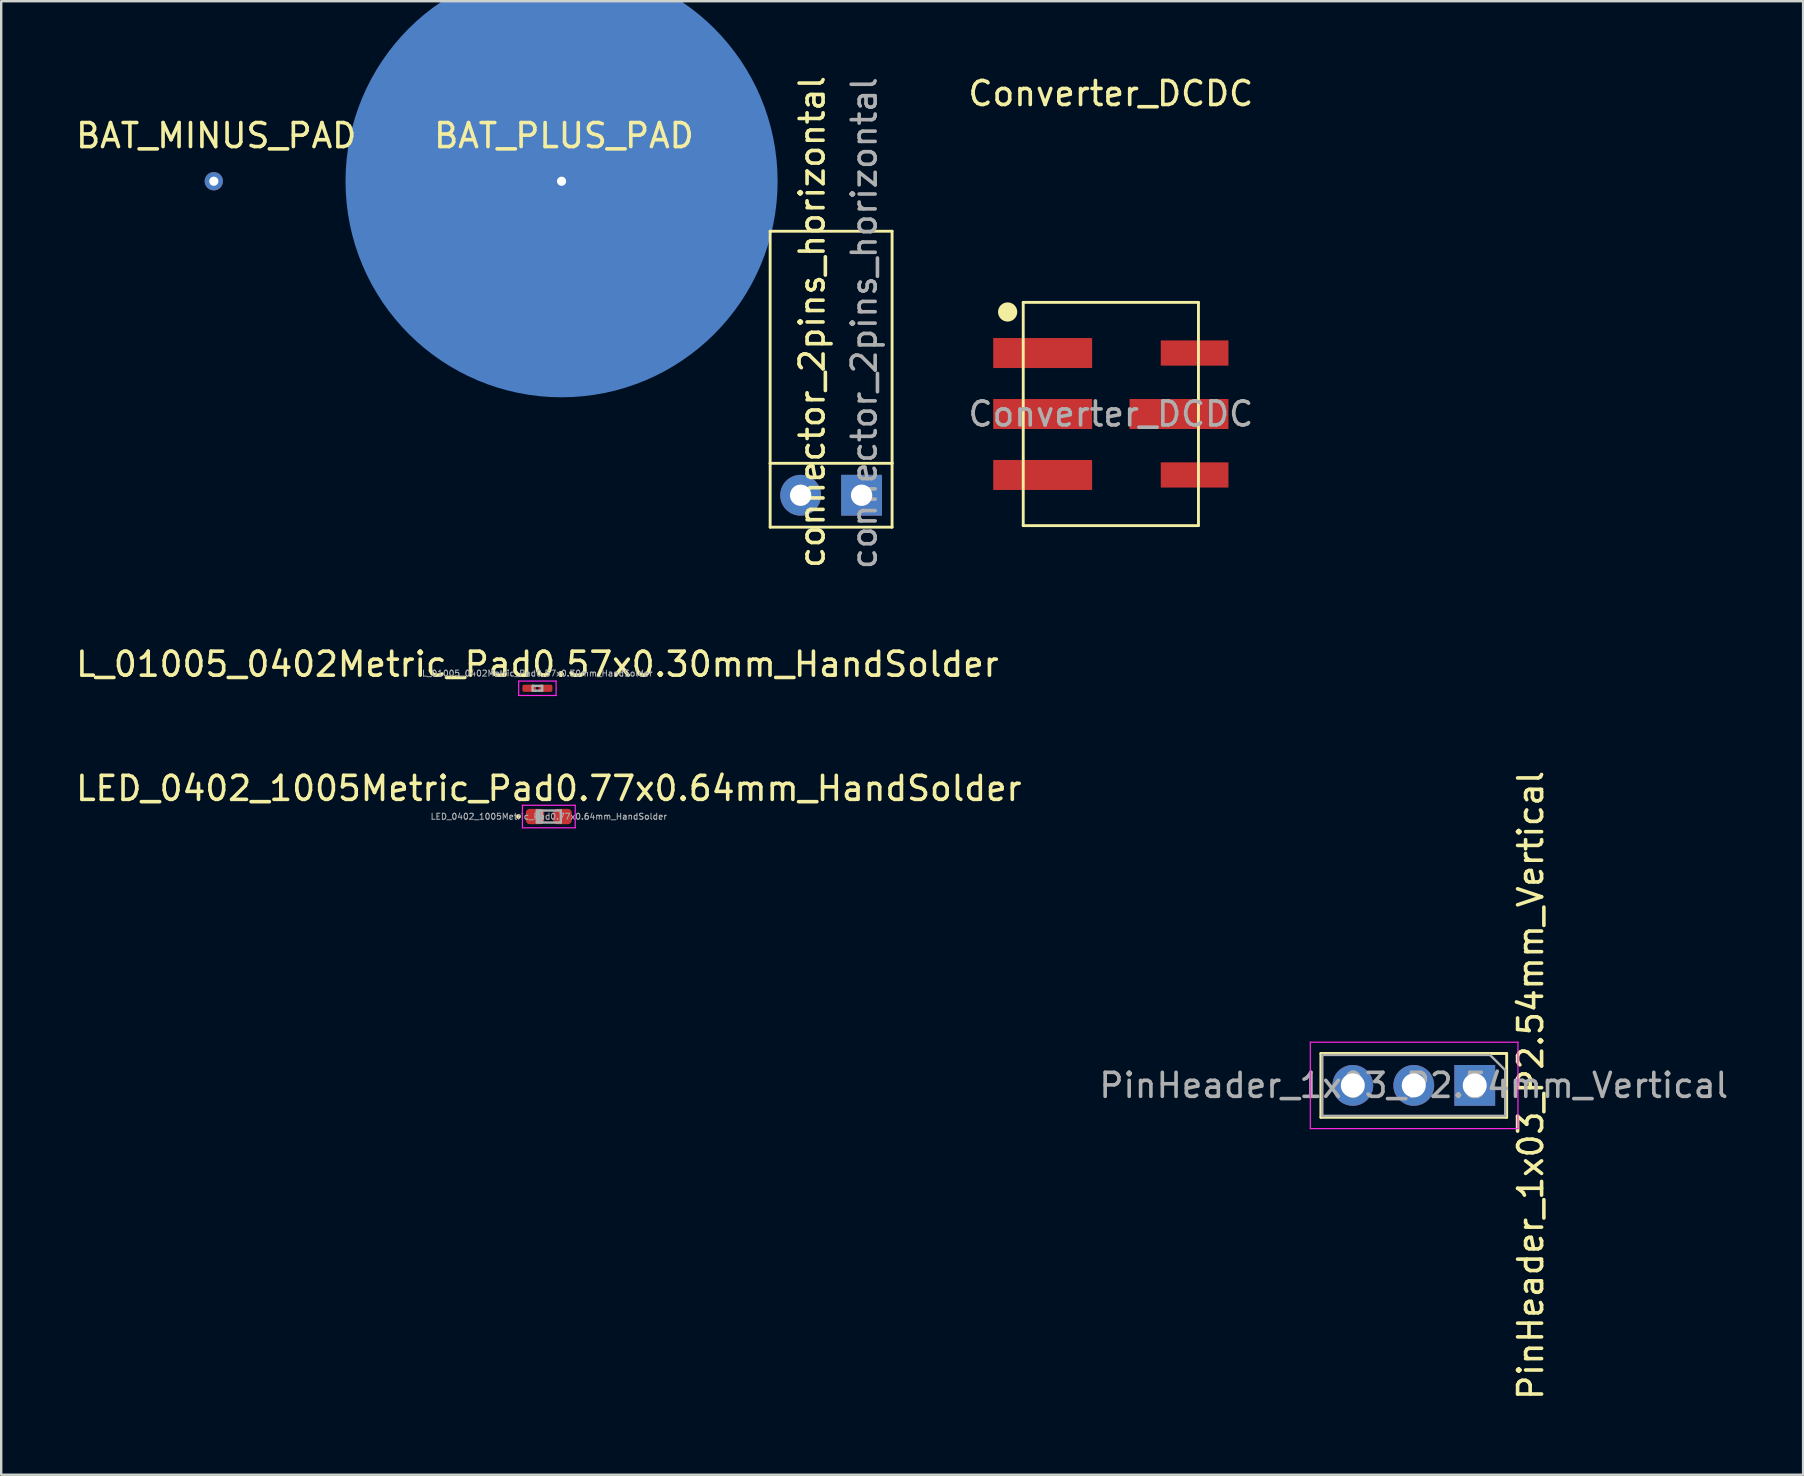
<source format=kicad_pcb>
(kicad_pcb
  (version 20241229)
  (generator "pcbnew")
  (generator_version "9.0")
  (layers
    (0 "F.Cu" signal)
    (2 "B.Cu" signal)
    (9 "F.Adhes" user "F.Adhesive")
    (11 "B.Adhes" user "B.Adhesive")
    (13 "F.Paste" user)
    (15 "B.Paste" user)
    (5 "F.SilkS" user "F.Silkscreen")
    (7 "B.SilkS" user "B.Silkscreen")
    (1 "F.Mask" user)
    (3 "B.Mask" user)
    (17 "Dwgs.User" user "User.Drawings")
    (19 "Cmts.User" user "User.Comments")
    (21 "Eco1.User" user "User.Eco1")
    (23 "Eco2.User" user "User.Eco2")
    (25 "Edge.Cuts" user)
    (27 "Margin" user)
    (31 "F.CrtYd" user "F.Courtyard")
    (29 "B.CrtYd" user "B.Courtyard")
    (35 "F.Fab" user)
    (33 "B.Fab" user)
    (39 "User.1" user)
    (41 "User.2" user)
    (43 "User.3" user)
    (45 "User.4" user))
  (footprint "Converter_DCDC"
    (layer "F.Cu")
    (at 43.23 14.198)
    (property "Reference" "Converter_DCDC" (at 0 -13.35 0) (layer "F.SilkS") (effects (font (size 1 1) (thickness 0.15))))
    (attr smd)
    (fp_line (start -3.65 -4.65) (end -3.65 4.65) (stroke (width 0.12) (type solid)) (layer "F.SilkS"))
    (fp_line (start 3.65 -4.65) (end -3.65 -4.65) (stroke (width 0.12) (type solid)) (layer "F.SilkS"))
    (fp_line (start 3.65 -4.65) (end 3.65 4.65) (stroke (width 0.12) (type solid)) (layer "F.SilkS"))
    (fp_line (start 3.65 4.65) (end -3.65 4.65) (stroke (width 0.12) (type solid)) (layer "F.SilkS"))
    (fp_circle (center -4.3 -4.25) (end -4.1 -4.25) (stroke (width 0.4) (type solid)) (fill no) (layer "F.SilkS"))
    (fp_text user "${REFERENCE}" (at 0 0 0) (layer "F.Fab") (effects (font (size 1 1) (thickness 0.15))))
    (pad "1" smd rect (at -2.84 -2.54) (size 4.12 1.25) (layers "F.Cu" "F.Mask" "F.Paste"))
    (pad "2" smd rect (at -2.84 0) (size 4.12 1.25) (layers "F.Cu" "F.Mask" "F.Paste"))
    (pad "3" smd rect (at -2.84 2.54) (size 4.12 1.25) (layers "F.Cu" "F.Mask" "F.Paste"))
    (pad "4" smd rect (at 3.49 2.54) (size 2.82 1.05) (layers "F.Cu" "F.Mask" "F.Paste"))
    (pad "5" smd rect (at 2.84 0) (size 4.12 1.25) (layers "F.Cu" "F.Mask" "F.Paste"))
    (pad "6" smd rect (at 3.49 -2.54) (size 2.82 1.05) (layers "F.Cu" "F.Mask" "F.Paste")))
  (footprint "LED_0402_1005Metric_Pad0.77x0.64mm_HandSolder"
    (layer "F.Cu")
    (at 19.815 30.968)
    (property "Reference" "LED_0402_1005Metric_Pad0.77x0.64mm_HandSolder" (at 0 -1.17 0) (layer "F.SilkS") (effects (font (size 1 1) (thickness 0.15))))
    (attr smd)
    (fp_circle (center -1.265 0) (end -1.215 0) (stroke (width 0.1) (type solid)) (fill no) (layer "F.SilkS"))
    (fp_line (start -1.1 -0.47) (end 1.1 -0.47) (stroke (width 0.05) (type solid)) (layer "F.CrtYd"))
    (fp_line (start -1.1 0.47) (end -1.1 -0.47) (stroke (width 0.05) (type solid)) (layer "F.CrtYd"))
    (fp_line (start 1.1 -0.47) (end 1.1 0.47) (stroke (width 0.05) (type solid)) (layer "F.CrtYd"))
    (fp_line (start 1.1 0.47) (end -1.1 0.47) (stroke (width 0.05) (type solid)) (layer "F.CrtYd"))
    (fp_line (start -0.5 -0.25) (end 0.5 -0.25) (stroke (width 0.1) (type solid)) (layer "F.Fab"))
    (fp_line (start -0.5 0.25) (end -0.5 -0.25) (stroke (width 0.1) (type solid)) (layer "F.Fab"))
    (fp_line (start -0.4 0.25) (end -0.4 -0.25) (stroke (width 0.1) (type solid)) (layer "F.Fab"))
    (fp_line (start -0.3 0.25) (end -0.3 -0.25) (stroke (width 0.1) (type solid)) (layer "F.Fab"))
    (fp_line (start 0.5 -0.25) (end 0.5 0.25) (stroke (width 0.1) (type solid)) (layer "F.Fab"))
    (fp_line (start 0.5 0.25) (end -0.5 0.25) (stroke (width 0.1) (type solid)) (layer "F.Fab"))
    (fp_text user "${REFERENCE}" (at 0 0 0) (layer "F.Fab") (effects (font (size 0.25 0.25) (thickness 0.04))))
    (pad "1" smd roundrect (at -0.573 0) (size 0.765 0.64) (layers "F.Cu" "F.Mask" "F.Paste") (roundrect_rratio 0.25))
    (pad "2" smd roundrect (at 0.573 0) (size 0.765 0.64) (layers "F.Cu" "F.Mask" "F.Paste") (roundrect_rratio 0.25)))
  (footprint "PinHeader_1x03_P2.54mm_Vertical"
    (layer "F.Cu")
    (at 55.851 42.17)
    (property "Reference" "PinHeader_1x03_P2.54mm_Vertical" (at 4.87 0 270) (layer "F.SilkS") (effects (font (size 1 1) (thickness 0.15))))
    (attr smd)
    (fp_line (start -3.87 -1.33) (end -3.87 1.33) (stroke (width 0.12) (type solid)) (layer "F.SilkS"))
    (fp_line (start 3.87 -1.33) (end -3.87 -1.33) (stroke (width 0.12) (type solid)) (layer "F.SilkS"))
    (fp_line (start 3.87 -1.33) (end 3.87 1.33) (stroke (width 0.12) (type solid)) (layer "F.SilkS"))
    (fp_line (start 3.87 1.33) (end -3.87 1.33) (stroke (width 0.12) (type solid)) (layer "F.SilkS"))
    (fp_line (start -4.31 -1.8) (end -4.31 1.8) (stroke (width 0.05) (type solid)) (layer "F.CrtYd"))
    (fp_line (start -4.31 1.8) (end 4.34 1.8) (stroke (width 0.05) (type solid)) (layer "F.CrtYd"))
    (fp_line (start 4.34 -1.8) (end -4.31 -1.8) (stroke (width 0.05) (type solid)) (layer "F.CrtYd"))
    (fp_line (start 4.34 1.8) (end 4.34 -1.8) (stroke (width 0.05) (type solid)) (layer "F.CrtYd"))
    (fp_line (start -3.81 -1.27) (end 3.175 -1.27) (stroke (width 0.1) (type solid)) (layer "F.Fab"))
    (fp_line (start -3.81 1.27) (end -3.81 -1.27) (stroke (width 0.1) (type solid)) (layer "F.Fab"))
    (fp_line (start 3.175 -1.27) (end 3.81 -0.635) (stroke (width 0.1) (type solid)) (layer "F.Fab"))
    (fp_line (start 3.81 -0.635) (end 3.81 1.27) (stroke (width 0.1) (type solid)) (layer "F.Fab"))
    (fp_line (start 3.81 1.27) (end -3.81 1.27) (stroke (width 0.1) (type solid)) (layer "F.Fab"))
    (fp_text user "${REFERENCE}" (at 0 0 0) (layer "F.Fab") (effects (font (size 1 1) (thickness 0.15))))
    (pad "1" thru_hole rect (at 2.54 0) (size 1.7 1.7) (drill 1) (layers "*.Cu" "*.Mask"))
    (pad "2" thru_hole oval (at 0 0) (size 1.7 1.7) (drill 1) (layers "*.Cu" "*.Mask"))
    (pad "3" thru_hole oval (at -2.54 0) (size 1.7 1.7) (drill 1) (layers "*.Cu" "*.Mask")))
  (footprint "BAT_PLUS_PAD"
    (layer "F.Cu")
    (at 20.346 4.501)
    (property "Reference" "BAT_PLUS_PAD" (at 0.1 -1.9 0) (layer "F.SilkS") (effects (font (size 1 1) (thickness 0.15))))
    (attr through_hole)
    (fp_circle (center 0 0) (end 0.001 0) (stroke (width 9) (type solid)) (fill no) (layer "B.Cu"))
    (fp_circle (center -0.001 0) (end 0 0) (stroke (width 9) (type solid)) (fill no) (layer "B.Mask"))
    (pad "1" thru_hole circle (at 0 0) (size 0.762 0.762) (drill 0.381) (layers "*.Cu" "*.Mask")))
  (footprint "connector_2pins_horizontal"
    (layer "F.Cu")
    (at 31.576 17.583)
    (property "Reference" "connector_2pins_horizontal" (at -0.79 -7.22 270) (layer "F.SilkS") (effects (font (size 1 1) (thickness 0.15))))
    (attr smd)
    (fp_line (start -2.54 -11) (end -2.54 -1.33) (stroke (width 0.12) (type solid)) (layer "F.SilkS"))
    (fp_line (start -2.54 -1.33) (end -2.54 1.33) (stroke (width 0.12) (type solid)) (layer "F.SilkS"))
    (fp_line (start 2.54 -11) (end -2.54 -11) (stroke (width 0.12) (type solid)) (layer "F.SilkS"))
    (fp_line (start 2.54 -1.33) (end -2.54 -1.33) (stroke (width 0.12) (type solid)) (layer "F.SilkS"))
    (fp_line (start 2.54 -1.33) (end 2.54 -11) (stroke (width 0.12) (type solid)) (layer "F.SilkS"))
    (fp_line (start 2.54 -1.33) (end 2.54 1.33) (stroke (width 0.12) (type solid)) (layer "F.SilkS"))
    (fp_line (start 2.54 1.33) (end -2.54 1.33) (stroke (width 0.12) (type solid)) (layer "F.SilkS"))
    (fp_text user "${REFERENCE}" (at 1.38 -7.17 90) (layer "F.Fab") (effects (font (size 1 1) (thickness 0.15))))
    (pad "1" thru_hole rect (at 1.27 0) (size 1.7 1.7) (drill 0.889) (layers "*.Cu" "*.Mask"))
    (pad "2" thru_hole oval (at -1.27 0) (size 1.7 1.7) (drill 0.889) (layers "*.Cu" "*.Mask")))
  (footprint "BAT_MINUS_PAD"
    (layer "F.Cu")
    (at 5.858 4.501)
    (property "Reference" "BAT_MINUS_PAD" (at 0.1 -1.9 0) (layer "F.SilkS") (effects (font (size 1 1) (thickness 0.15))))
    (attr through_hole)
    (fp_circle (center 0 0) (end 0.001 0) (stroke (width 9) (type solid)) (fill no) (layer "B.Mask"))
    (pad "1" thru_hole circle (at 0 0) (size 0.762 0.762) (drill 0.381) (layers "*.Cu" "*.Mask")))
  (footprint "L_01005_0402Metric_Pad0.57x0.30mm_HandSolder"
    (layer "F.Cu")
    (at 19.339 25.624)
    (property "Reference" "L_01005_0402Metric_Pad0.57x0.30mm_HandSolder" (at 0 -1 0) (layer "F.SilkS") (effects (font (size 1 1) (thickness 0.15))))
    (attr smd)
    (fp_line (start -0.78 -0.3) (end 0.78 -0.3) (stroke (width 0.05) (type solid)) (layer "F.CrtYd"))
    (fp_line (start -0.78 0.3) (end -0.78 -0.3) (stroke (width 0.05) (type solid)) (layer "F.CrtYd"))
    (fp_line (start 0.78 -0.3) (end 0.78 0.3) (stroke (width 0.05) (type solid)) (layer "F.CrtYd"))
    (fp_line (start 0.78 0.3) (end -0.78 0.3) (stroke (width 0.05) (type solid)) (layer "F.CrtYd"))
    (fp_line (start -0.2 -0.1) (end 0.2 -0.1) (stroke (width 0.1) (type solid)) (layer "F.Fab"))
    (fp_line (start -0.2 0.1) (end -0.2 -0.1) (stroke (width 0.1) (type solid)) (layer "F.Fab"))
    (fp_line (start 0.2 -0.1) (end 0.2 0.1) (stroke (width 0.1) (type solid)) (layer "F.Fab"))
    (fp_line (start 0.2 0.1) (end -0.2 0.1) (stroke (width 0.1) (type solid)) (layer "F.Fab"))
    (fp_text user "${REFERENCE}" (at 0 -0.62 0) (layer "F.Fab") (effects (font (size 0.25 0.25) (thickness 0.04))))
    (pad "" smd roundrect (at -0.362 0) (size 0.41 0.27) (layers "F.Paste") (roundrect_rratio 0.25))
    (pad "" smd roundrect (at 0.362 0) (size 0.41 0.27) (layers "F.Paste") (roundrect_rratio 0.25))
    (pad "1" smd roundrect (at -0.338 0) (size 0.575 0.3) (layers "F.Cu" "F.Mask") (roundrect_rratio 0.25))
    (pad "2" smd roundrect (at 0.338 0) (size 0.575 0.3) (layers "F.Cu" "F.Mask") (roundrect_rratio 0.25)))
  (gr_rect
    (start -3 -3)
    (end 72.071 58.39)
    (stroke (width 0.1) (type default))
    (fill no)
    (layer "Edge.Cuts")))
</source>
